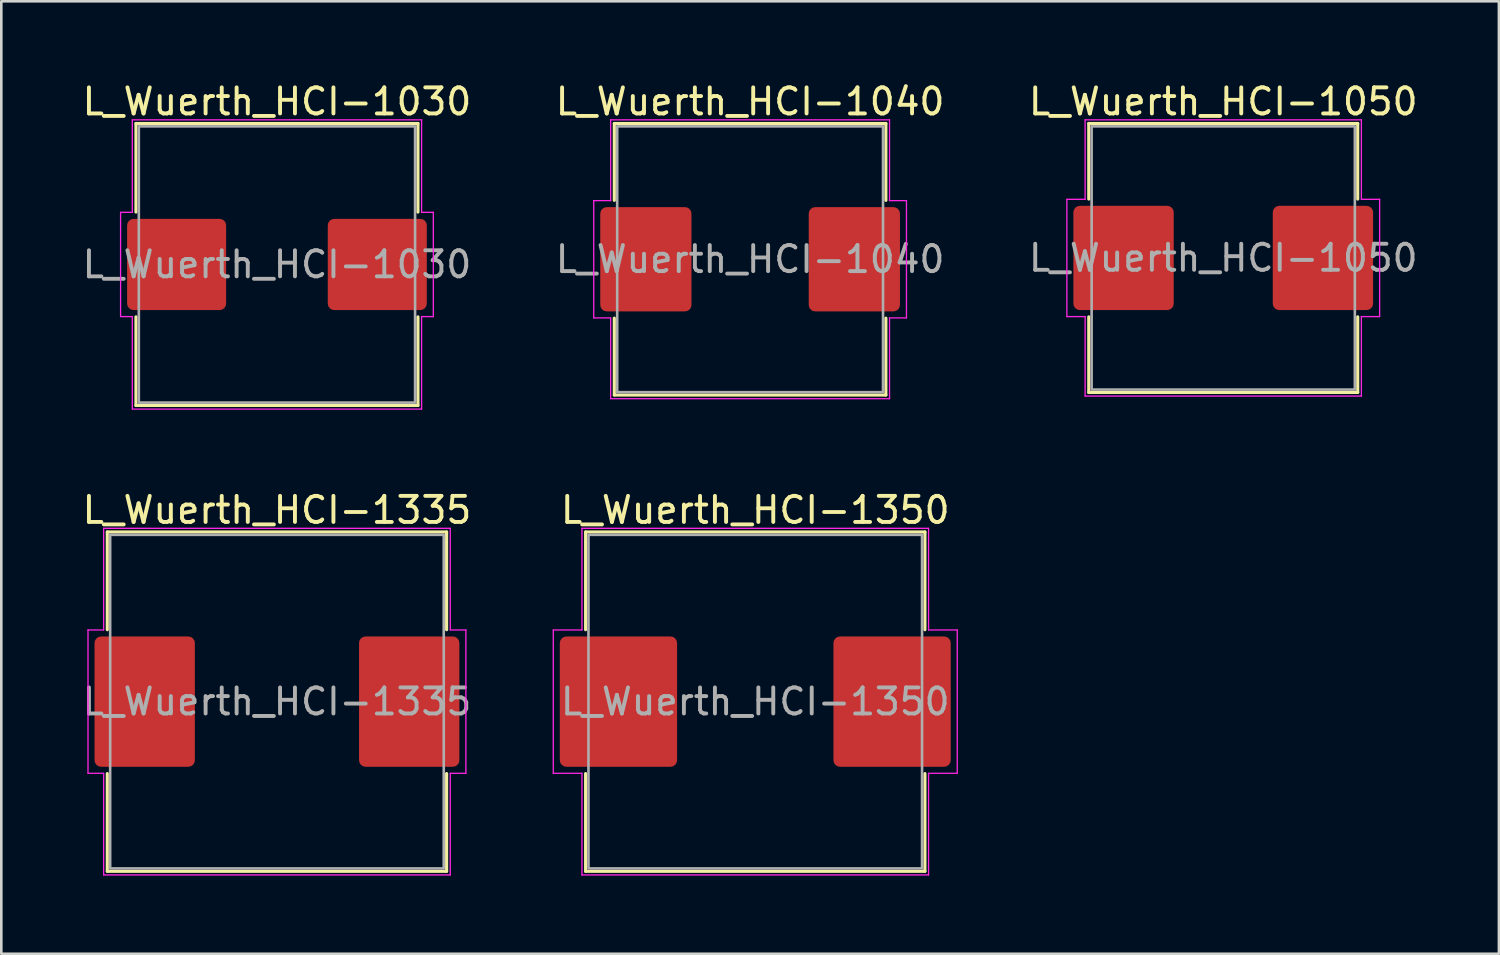
<source format=kicad_pcb>
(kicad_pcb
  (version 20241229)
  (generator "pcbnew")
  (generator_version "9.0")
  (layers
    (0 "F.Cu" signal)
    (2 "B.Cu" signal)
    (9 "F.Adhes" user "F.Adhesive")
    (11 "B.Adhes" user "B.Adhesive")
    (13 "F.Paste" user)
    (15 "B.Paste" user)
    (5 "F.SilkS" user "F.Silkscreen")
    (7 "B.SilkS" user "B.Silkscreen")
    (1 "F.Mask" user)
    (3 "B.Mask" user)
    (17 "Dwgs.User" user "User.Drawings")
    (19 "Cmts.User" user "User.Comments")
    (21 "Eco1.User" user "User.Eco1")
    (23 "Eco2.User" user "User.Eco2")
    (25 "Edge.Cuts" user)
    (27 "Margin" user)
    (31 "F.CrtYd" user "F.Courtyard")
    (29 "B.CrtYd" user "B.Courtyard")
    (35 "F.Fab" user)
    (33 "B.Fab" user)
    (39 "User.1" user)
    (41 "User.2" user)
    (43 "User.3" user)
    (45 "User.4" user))
  (footprint "L_Wuerth_HCI-1335"
    (layer "F.Cu")
    (at 7.577 23.872)
    (property "Reference" "L_Wuerth_HCI-1335" (at 0 -7.35 0) (layer "F.SilkS") (effects (font (size 1 1) (thickness 0.15))))
    (attr smd)
    (fp_line (start -6.51 -6.51) (end 6.51 -6.51) (stroke (width 0.12) (type solid)) (layer "F.SilkS"))
    (fp_line (start -6.51 -2.76) (end -6.51 -6.51) (stroke (width 0.12) (type solid)) (layer "F.SilkS"))
    (fp_line (start -6.51 6.51) (end -6.51 2.76) (stroke (width 0.12) (type solid)) (layer "F.SilkS"))
    (fp_line (start 6.51 -6.51) (end 6.51 -2.76) (stroke (width 0.12) (type solid)) (layer "F.SilkS"))
    (fp_line (start 6.51 2.76) (end 6.51 6.51) (stroke (width 0.12) (type solid)) (layer "F.SilkS"))
    (fp_line (start 6.51 6.51) (end -6.51 6.51) (stroke (width 0.12) (type solid)) (layer "F.SilkS"))
    (fp_line (start -7.25 -2.75) (end -6.65 -2.75) (stroke (width 0.05) (type solid)) (layer "F.CrtYd"))
    (fp_line (start -7.25 2.75) (end -7.25 -2.75) (stroke (width 0.05) (type solid)) (layer "F.CrtYd"))
    (fp_line (start -6.65 -6.65) (end 6.65 -6.65) (stroke (width 0.05) (type solid)) (layer "F.CrtYd"))
    (fp_line (start -6.65 -2.75) (end -6.65 -6.65) (stroke (width 0.05) (type solid)) (layer "F.CrtYd"))
    (fp_line (start -6.65 2.75) (end -7.25 2.75) (stroke (width 0.05) (type solid)) (layer "F.CrtYd"))
    (fp_line (start -6.65 6.65) (end -6.65 2.75) (stroke (width 0.05) (type solid)) (layer "F.CrtYd"))
    (fp_line (start 6.65 -6.65) (end 6.65 -2.75) (stroke (width 0.05) (type solid)) (layer "F.CrtYd"))
    (fp_line (start 6.65 -2.75) (end 7.25 -2.75) (stroke (width 0.05) (type solid)) (layer "F.CrtYd"))
    (fp_line (start 6.65 2.75) (end 6.65 6.65) (stroke (width 0.05) (type solid)) (layer "F.CrtYd"))
    (fp_line (start 6.65 6.65) (end -6.65 6.65) (stroke (width 0.05) (type solid)) (layer "F.CrtYd"))
    (fp_line (start 7.25 -2.75) (end 7.25 2.75) (stroke (width 0.05) (type solid)) (layer "F.CrtYd"))
    (fp_line (start 7.25 2.75) (end 6.65 2.75) (stroke (width 0.05) (type solid)) (layer "F.CrtYd"))
    (fp_rect (start -6.4 -6.4) (end 6.4 6.4) (stroke (width 0.1) (type solid)) (fill no) (layer "F.Fab"))
    (fp_text user "${REFERENCE}" (at 0 0 0) (layer "F.Fab") (effects (font (size 1 1) (thickness 0.15))))
    (pad "1" smd roundrect (at -5.075 0) (size 3.85 5) (layers "F.Cu" "F.Mask" "F.Paste") (roundrect_rratio 0.065))
    (pad "2" smd roundrect (at 5.075 0) (size 3.85 5) (layers "F.Cu" "F.Mask" "F.Paste") (roundrect_rratio 0.065)))
  (footprint "L_Wuerth_HCI-1030"
    (layer "F.Cu")
    (at 7.577 7.098)
    (property "Reference" "L_Wuerth_HCI-1030" (at 0 -6.25 0) (layer "F.SilkS") (effects (font (size 1 1) (thickness 0.15))))
    (attr smd)
    (fp_line (start -5.41 -5.41) (end 5.41 -5.41) (stroke (width 0.12) (type solid)) (layer "F.SilkS"))
    (fp_line (start -5.41 -2.01) (end -5.41 -5.41) (stroke (width 0.12) (type solid)) (layer "F.SilkS"))
    (fp_line (start -5.41 5.41) (end -5.41 2.01) (stroke (width 0.12) (type solid)) (layer "F.SilkS"))
    (fp_line (start 5.41 -5.41) (end 5.41 -2.01) (stroke (width 0.12) (type solid)) (layer "F.SilkS"))
    (fp_line (start 5.41 2.01) (end 5.41 5.41) (stroke (width 0.12) (type solid)) (layer "F.SilkS"))
    (fp_line (start 5.41 5.41) (end -5.41 5.41) (stroke (width 0.12) (type solid)) (layer "F.SilkS"))
    (fp_line (start -6 -2) (end -5.55 -2) (stroke (width 0.05) (type solid)) (layer "F.CrtYd"))
    (fp_line (start -6 2) (end -6 -2) (stroke (width 0.05) (type solid)) (layer "F.CrtYd"))
    (fp_line (start -5.55 -5.55) (end 5.55 -5.55) (stroke (width 0.05) (type solid)) (layer "F.CrtYd"))
    (fp_line (start -5.55 -2) (end -5.55 -5.55) (stroke (width 0.05) (type solid)) (layer "F.CrtYd"))
    (fp_line (start -5.55 2) (end -6 2) (stroke (width 0.05) (type solid)) (layer "F.CrtYd"))
    (fp_line (start -5.55 5.55) (end -5.55 2) (stroke (width 0.05) (type solid)) (layer "F.CrtYd"))
    (fp_line (start 5.55 -5.55) (end 5.55 -2) (stroke (width 0.05) (type solid)) (layer "F.CrtYd"))
    (fp_line (start 5.55 -2) (end 6 -2) (stroke (width 0.05) (type solid)) (layer "F.CrtYd"))
    (fp_line (start 5.55 2) (end 5.55 5.55) (stroke (width 0.05) (type solid)) (layer "F.CrtYd"))
    (fp_line (start 5.55 5.55) (end -5.55 5.55) (stroke (width 0.05) (type solid)) (layer "F.CrtYd"))
    (fp_line (start 6 -2) (end 6 2) (stroke (width 0.05) (type solid)) (layer "F.CrtYd"))
    (fp_line (start 6 2) (end 5.55 2) (stroke (width 0.05) (type solid)) (layer "F.CrtYd"))
    (fp_rect (start -5.3 -5.3) (end 5.3 5.3) (stroke (width 0.1) (type solid)) (fill no) (layer "F.Fab"))
    (fp_text user "${REFERENCE}" (at 0 0 0) (layer "F.Fab") (effects (font (size 1 1) (thickness 0.15))))
    (pad "1" smd roundrect (at -3.85 0) (size 3.8 3.5) (layers "F.Cu" "F.Mask" "F.Paste") (roundrect_rratio 0.071))
    (pad "2" smd roundrect (at 3.85 0) (size 3.8 3.5) (layers "F.Cu" "F.Mask" "F.Paste") (roundrect_rratio 0.071)))
  (footprint "L_Wuerth_HCI-1350"
    (layer "F.Cu")
    (at 25.93 23.872)
    (property "Reference" "L_Wuerth_HCI-1350" (at 0 -7.35 0) (layer "F.SilkS") (effects (font (size 1 1) (thickness 0.15))))
    (attr smd)
    (fp_line (start -6.51 -6.51) (end 6.51 -6.51) (stroke (width 0.12) (type solid)) (layer "F.SilkS"))
    (fp_line (start -6.51 -2.76) (end -6.51 -6.51) (stroke (width 0.12) (type solid)) (layer "F.SilkS"))
    (fp_line (start -6.51 6.51) (end -6.51 2.76) (stroke (width 0.12) (type solid)) (layer "F.SilkS"))
    (fp_line (start 6.51 -6.51) (end 6.51 -2.76) (stroke (width 0.12) (type solid)) (layer "F.SilkS"))
    (fp_line (start 6.51 2.76) (end 6.51 6.51) (stroke (width 0.12) (type solid)) (layer "F.SilkS"))
    (fp_line (start 6.51 6.51) (end -6.51 6.51) (stroke (width 0.12) (type solid)) (layer "F.SilkS"))
    (fp_line (start -7.75 -2.75) (end -6.65 -2.75) (stroke (width 0.05) (type solid)) (layer "F.CrtYd"))
    (fp_line (start -7.75 2.75) (end -7.75 -2.75) (stroke (width 0.05) (type solid)) (layer "F.CrtYd"))
    (fp_line (start -6.65 -6.65) (end 6.65 -6.65) (stroke (width 0.05) (type solid)) (layer "F.CrtYd"))
    (fp_line (start -6.65 -2.75) (end -6.65 -6.65) (stroke (width 0.05) (type solid)) (layer "F.CrtYd"))
    (fp_line (start -6.65 2.75) (end -7.75 2.75) (stroke (width 0.05) (type solid)) (layer "F.CrtYd"))
    (fp_line (start -6.65 6.65) (end -6.65 2.75) (stroke (width 0.05) (type solid)) (layer "F.CrtYd"))
    (fp_line (start 6.65 -6.65) (end 6.65 -2.75) (stroke (width 0.05) (type solid)) (layer "F.CrtYd"))
    (fp_line (start 6.65 -2.75) (end 7.75 -2.75) (stroke (width 0.05) (type solid)) (layer "F.CrtYd"))
    (fp_line (start 6.65 2.75) (end 6.65 6.65) (stroke (width 0.05) (type solid)) (layer "F.CrtYd"))
    (fp_line (start 6.65 6.65) (end -6.65 6.65) (stroke (width 0.05) (type solid)) (layer "F.CrtYd"))
    (fp_line (start 7.75 -2.75) (end 7.75 2.75) (stroke (width 0.05) (type solid)) (layer "F.CrtYd"))
    (fp_line (start 7.75 2.75) (end 6.65 2.75) (stroke (width 0.05) (type solid)) (layer "F.CrtYd"))
    (fp_rect (start -6.4 -6.4) (end 6.4 6.4) (stroke (width 0.1) (type solid)) (fill no) (layer "F.Fab"))
    (fp_text user "${REFERENCE}" (at 0 0 0) (layer "F.Fab") (effects (font (size 1 1) (thickness 0.15))))
    (pad "1" smd roundrect (at -5.25 0) (size 4.5 5) (layers "F.Cu" "F.Mask" "F.Paste") (roundrect_rratio 0.056))
    (pad "2" smd roundrect (at 5.25 0) (size 4.5 5) (layers "F.Cu" "F.Mask" "F.Paste") (roundrect_rratio 0.056)))
  (footprint "L_Wuerth_HCI-1050"
    (layer "F.Cu")
    (at 43.887 6.848)
    (property "Reference" "L_Wuerth_HCI-1050" (at 0 -6 0) (layer "F.SilkS") (effects (font (size 1 1) (thickness 0.15))))
    (attr smd)
    (fp_line (start -5.16 -5.16) (end 5.16 -5.16) (stroke (width 0.12) (type solid)) (layer "F.SilkS"))
    (fp_line (start -5.16 -2.26) (end -5.16 -5.16) (stroke (width 0.12) (type solid)) (layer "F.SilkS"))
    (fp_line (start -5.16 5.16) (end -5.16 2.26) (stroke (width 0.12) (type solid)) (layer "F.SilkS"))
    (fp_line (start 5.16 -5.16) (end 5.16 -2.26) (stroke (width 0.12) (type solid)) (layer "F.SilkS"))
    (fp_line (start 5.16 2.26) (end 5.16 5.16) (stroke (width 0.12) (type solid)) (layer "F.SilkS"))
    (fp_line (start 5.16 5.16) (end -5.16 5.16) (stroke (width 0.12) (type solid)) (layer "F.SilkS"))
    (fp_line (start -6 -2.25) (end -5.3 -2.25) (stroke (width 0.05) (type solid)) (layer "F.CrtYd"))
    (fp_line (start -6 2.25) (end -6 -2.25) (stroke (width 0.05) (type solid)) (layer "F.CrtYd"))
    (fp_line (start -5.3 -5.3) (end 5.3 -5.3) (stroke (width 0.05) (type solid)) (layer "F.CrtYd"))
    (fp_line (start -5.3 -2.25) (end -5.3 -5.3) (stroke (width 0.05) (type solid)) (layer "F.CrtYd"))
    (fp_line (start -5.3 2.25) (end -6 2.25) (stroke (width 0.05) (type solid)) (layer "F.CrtYd"))
    (fp_line (start -5.3 5.3) (end -5.3 2.25) (stroke (width 0.05) (type solid)) (layer "F.CrtYd"))
    (fp_line (start 5.3 -5.3) (end 5.3 -2.25) (stroke (width 0.05) (type solid)) (layer "F.CrtYd"))
    (fp_line (start 5.3 -2.25) (end 6 -2.25) (stroke (width 0.05) (type solid)) (layer "F.CrtYd"))
    (fp_line (start 5.3 2.25) (end 5.3 5.3) (stroke (width 0.05) (type solid)) (layer "F.CrtYd"))
    (fp_line (start 5.3 5.3) (end -5.3 5.3) (stroke (width 0.05) (type solid)) (layer "F.CrtYd"))
    (fp_line (start 6 -2.25) (end 6 2.25) (stroke (width 0.05) (type solid)) (layer "F.CrtYd"))
    (fp_line (start 6 2.25) (end 5.3 2.25) (stroke (width 0.05) (type solid)) (layer "F.CrtYd"))
    (fp_rect (start -5.05 -5.05) (end 5.05 5.05) (stroke (width 0.1) (type solid)) (fill no) (layer "F.Fab"))
    (fp_text user "${REFERENCE}" (at 0 0 0) (layer "F.Fab") (effects (font (size 1 1) (thickness 0.15))))
    (pad "1" smd roundrect (at -3.825 0) (size 3.85 4) (layers "F.Cu" "F.Mask" "F.Paste") (roundrect_rratio 0.065))
    (pad "2" smd roundrect (at 3.825 0) (size 3.85 4) (layers "F.Cu" "F.Mask" "F.Paste") (roundrect_rratio 0.065)))
  (footprint "L_Wuerth_HCI-1040"
    (layer "F.Cu")
    (at 25.732 6.898)
    (property "Reference" "L_Wuerth_HCI-1040" (at 0 -6.05 0) (layer "F.SilkS") (effects (font (size 1 1) (thickness 0.15))))
    (attr smd)
    (fp_line (start -5.21 -5.21) (end 5.21 -5.21) (stroke (width 0.12) (type solid)) (layer "F.SilkS"))
    (fp_line (start -5.21 -2.26) (end -5.21 -5.21) (stroke (width 0.12) (type solid)) (layer "F.SilkS"))
    (fp_line (start -5.21 5.21) (end -5.21 2.26) (stroke (width 0.12) (type solid)) (layer "F.SilkS"))
    (fp_line (start 5.21 -5.21) (end 5.21 -2.26) (stroke (width 0.12) (type solid)) (layer "F.SilkS"))
    (fp_line (start 5.21 2.26) (end 5.21 5.21) (stroke (width 0.12) (type solid)) (layer "F.SilkS"))
    (fp_line (start 5.21 5.21) (end -5.21 5.21) (stroke (width 0.12) (type solid)) (layer "F.SilkS"))
    (fp_line (start -6 -2.25) (end -5.35 -2.25) (stroke (width 0.05) (type solid)) (layer "F.CrtYd"))
    (fp_line (start -6 2.25) (end -6 -2.25) (stroke (width 0.05) (type solid)) (layer "F.CrtYd"))
    (fp_line (start -5.35 -5.35) (end 5.35 -5.35) (stroke (width 0.05) (type solid)) (layer "F.CrtYd"))
    (fp_line (start -5.35 -2.25) (end -5.35 -5.35) (stroke (width 0.05) (type solid)) (layer "F.CrtYd"))
    (fp_line (start -5.35 2.25) (end -6 2.25) (stroke (width 0.05) (type solid)) (layer "F.CrtYd"))
    (fp_line (start -5.35 5.35) (end -5.35 2.25) (stroke (width 0.05) (type solid)) (layer "F.CrtYd"))
    (fp_line (start 5.35 -5.35) (end 5.35 -2.25) (stroke (width 0.05) (type solid)) (layer "F.CrtYd"))
    (fp_line (start 5.35 -2.25) (end 6 -2.25) (stroke (width 0.05) (type solid)) (layer "F.CrtYd"))
    (fp_line (start 5.35 2.25) (end 5.35 5.35) (stroke (width 0.05) (type solid)) (layer "F.CrtYd"))
    (fp_line (start 5.35 5.35) (end -5.35 5.35) (stroke (width 0.05) (type solid)) (layer "F.CrtYd"))
    (fp_line (start 6 -2.25) (end 6 2.25) (stroke (width 0.05) (type solid)) (layer "F.CrtYd"))
    (fp_line (start 6 2.25) (end 5.35 2.25) (stroke (width 0.05) (type solid)) (layer "F.CrtYd"))
    (fp_rect (start -5.1 -5.1) (end 5.1 5.1) (stroke (width 0.1) (type solid)) (fill no) (layer "F.Fab"))
    (fp_text user "${REFERENCE}" (at 0 0 0) (layer "F.Fab") (effects (font (size 1 1) (thickness 0.15))))
    (pad "1" smd roundrect (at -4 0) (size 3.5 4) (layers "F.Cu" "F.Mask" "F.Paste") (roundrect_rratio 0.071))
    (pad "2" smd roundrect (at 4 0) (size 3.5 4) (layers "F.Cu" "F.Mask" "F.Paste") (roundrect_rratio 0.071)))
  (gr_rect
    (start -3 -3)
    (end 54.464 33.547)
    (stroke (width 0.1) (type default))
    (fill no)
    (layer "Edge.Cuts")))
</source>
